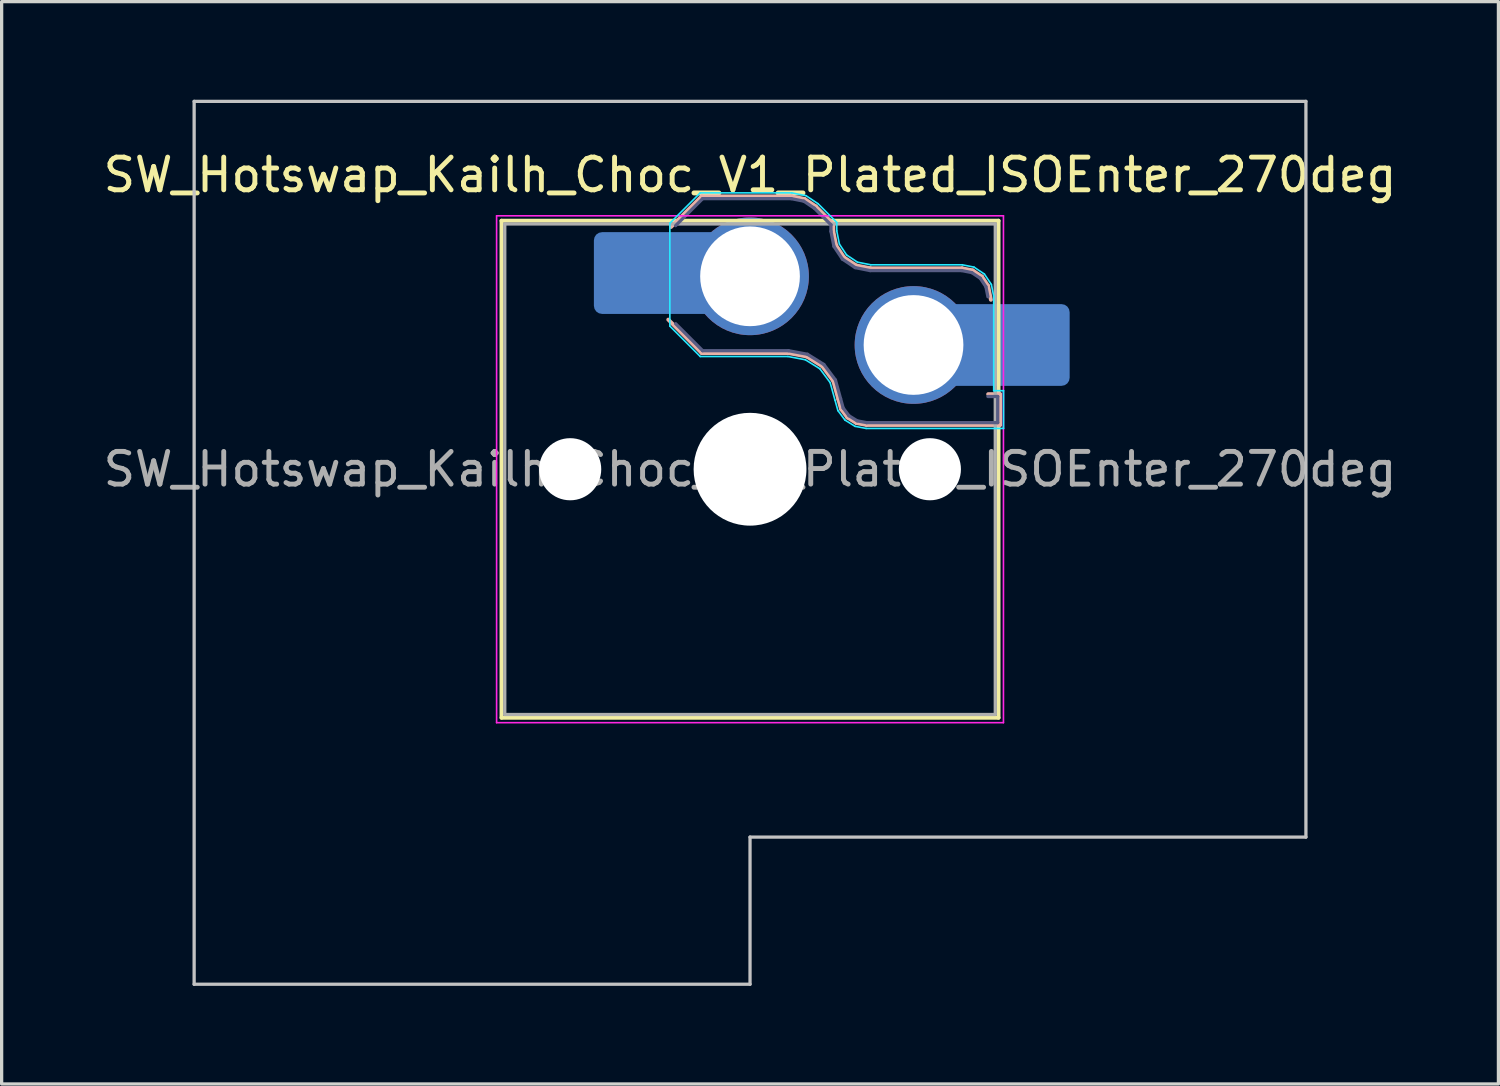
<source format=kicad_pcb>
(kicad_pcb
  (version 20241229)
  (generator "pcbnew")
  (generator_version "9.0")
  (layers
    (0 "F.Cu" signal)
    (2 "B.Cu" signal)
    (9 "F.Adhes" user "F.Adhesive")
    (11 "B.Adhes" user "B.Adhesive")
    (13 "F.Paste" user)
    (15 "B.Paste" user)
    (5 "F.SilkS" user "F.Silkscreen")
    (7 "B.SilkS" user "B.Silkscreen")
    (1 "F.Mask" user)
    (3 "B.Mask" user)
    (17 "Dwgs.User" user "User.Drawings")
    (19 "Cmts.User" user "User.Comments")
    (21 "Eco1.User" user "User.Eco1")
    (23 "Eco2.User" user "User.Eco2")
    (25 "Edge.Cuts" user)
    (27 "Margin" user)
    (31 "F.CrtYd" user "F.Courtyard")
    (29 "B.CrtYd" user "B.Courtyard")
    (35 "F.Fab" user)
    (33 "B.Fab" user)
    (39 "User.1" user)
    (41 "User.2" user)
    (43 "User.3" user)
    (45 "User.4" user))
  (footprint "SW_Hotswap_Kailh_Choc_V1_Plated_ISOEnter_270deg"
    (layer "F.Cu")
    (at 19.887 11.3)
    (property "Reference" "SW_Hotswap_Kailh_Choc_V1_Plated_ISOEnter_270deg" (at 0 -9 0) (layer "F.SilkS") (effects (font (size 1 1) (thickness 0.15))))
    (attr smd)
    (fp_line (start -7.6 -7.6) (end -7.6 7.6) (stroke (width 0.12) (type solid)) (layer "F.SilkS"))
    (fp_line (start -7.6 7.6) (end 7.6 7.6) (stroke (width 0.12) (type solid)) (layer "F.SilkS"))
    (fp_line (start 7.6 -7.6) (end -7.6 -7.6) (stroke (width 0.12) (type solid)) (layer "F.SilkS"))
    (fp_line (start 7.6 7.6) (end 7.6 -7.6) (stroke (width 0.12) (type solid)) (layer "F.SilkS"))
    (fp_line (start -2.416 -7.409) (end -1.479 -8.346) (stroke (width 0.12) (type solid)) (layer "B.SilkS"))
    (fp_line (start -1.479 -8.346) (end 1.268 -8.346) (stroke (width 0.12) (type solid)) (layer "B.SilkS"))
    (fp_line (start -1.479 -3.554) (end -2.5 -4.575) (stroke (width 0.12) (type solid)) (layer "B.SilkS"))
    (fp_line (start 1.168 -3.554) (end -1.479 -3.554) (stroke (width 0.12) (type solid)) (layer "B.SilkS"))
    (fp_line (start 1.268 -8.346) (end 1.671 -8.266) (stroke (width 0.12) (type solid)) (layer "B.SilkS"))
    (fp_line (start 1.671 -8.266) (end 2.013 -8.037) (stroke (width 0.12) (type solid)) (layer "B.SilkS"))
    (fp_line (start 1.73 -3.449) (end 1.168 -3.554) (stroke (width 0.12) (type solid)) (layer "B.SilkS"))
    (fp_line (start 2.013 -8.037) (end 2.546 -7.504) (stroke (width 0.12) (type solid)) (layer "B.SilkS"))
    (fp_line (start 2.209 -3.15) (end 1.73 -3.449) (stroke (width 0.12) (type solid)) (layer "B.SilkS"))
    (fp_line (start 2.546 -7.504) (end 2.546 -7.282) (stroke (width 0.12) (type solid)) (layer "B.SilkS"))
    (fp_line (start 2.546 -7.282) (end 2.633 -6.844) (stroke (width 0.12) (type solid)) (layer "B.SilkS"))
    (fp_line (start 2.547 -2.697) (end 2.209 -3.15) (stroke (width 0.12) (type solid)) (layer "B.SilkS"))
    (fp_line (start 2.633 -6.844) (end 2.877 -6.477) (stroke (width 0.12) (type solid)) (layer "B.SilkS"))
    (fp_line (start 2.701 -2.139) (end 2.547 -2.697) (stroke (width 0.12) (type solid)) (layer "B.SilkS"))
    (fp_line (start 2.783 -1.841) (end 2.701 -2.139) (stroke (width 0.12) (type solid)) (layer "B.SilkS"))
    (fp_line (start 2.877 -6.477) (end 3.244 -6.233) (stroke (width 0.12) (type solid)) (layer "B.SilkS"))
    (fp_line (start 2.976 -1.583) (end 2.783 -1.841) (stroke (width 0.12) (type solid)) (layer "B.SilkS"))
    (fp_line (start 3.244 -6.233) (end 3.682 -6.146) (stroke (width 0.12) (type solid)) (layer "B.SilkS"))
    (fp_line (start 3.25 -1.413) (end 2.976 -1.583) (stroke (width 0.12) (type solid)) (layer "B.SilkS"))
    (fp_line (start 3.56 -1.354) (end 3.25 -1.413) (stroke (width 0.12) (type solid)) (layer "B.SilkS"))
    (fp_line (start 3.682 -6.146) (end 6.482 -6.146) (stroke (width 0.12) (type solid)) (layer "B.SilkS"))
    (fp_line (start 6.482 -6.146) (end 6.809 -6.081) (stroke (width 0.12) (type solid)) (layer "B.SilkS"))
    (fp_line (start 6.809 -6.081) (end 7.092 -5.892) (stroke (width 0.12) (type solid)) (layer "B.SilkS"))
    (fp_line (start 7.092 -5.892) (end 7.281 -5.609) (stroke (width 0.12) (type solid)) (layer "B.SilkS"))
    (fp_line (start 7.281 -5.609) (end 7.366 -5.182) (stroke (width 0.12) (type solid)) (layer "B.SilkS"))
    (fp_line (start 7.283 -2.296) (end 7.646 -2.296) (stroke (width 0.12) (type solid)) (layer "B.SilkS"))
    (fp_line (start 7.646 -2.296) (end 7.646 -1.354) (stroke (width 0.12) (type solid)) (layer "B.SilkS"))
    (fp_line (start 7.646 -1.354) (end 3.56 -1.354) (stroke (width 0.12) (type solid)) (layer "B.SilkS"))
    (fp_line (start -17 -11.25) (end -17 15.75) (stroke (width 0.1) (type solid)) (layer "Dwgs.User"))
    (fp_line (start -17 15.75) (end 0 15.75) (stroke (width 0.1) (type solid)) (layer "Dwgs.User"))
    (fp_line (start 0 11.25) (end 17 11.25) (stroke (width 0.1) (type solid)) (layer "Dwgs.User"))
    (fp_line (start 0 15.75) (end 0 11.25) (stroke (width 0.1) (type solid)) (layer "Dwgs.User"))
    (fp_line (start 17 -11.25) (end -17 -11.25) (stroke (width 0.1) (type solid)) (layer "Dwgs.User"))
    (fp_line (start 17 11.25) (end 17 -11.25) (stroke (width 0.1) (type solid)) (layer "Dwgs.User"))
    (fp_line (start -7.25 -7.25) (end -7.25 7.25) (stroke (width 0.1) (type solid)) (layer "Eco1.User"))
    (fp_line (start -7.25 7.25) (end 7.25 7.25) (stroke (width 0.1) (type solid)) (layer "Eco1.User"))
    (fp_line (start 7.25 -7.25) (end -7.25 -7.25) (stroke (width 0.1) (type solid)) (layer "Eco1.User"))
    (fp_line (start 7.25 7.25) (end 7.25 -7.25) (stroke (width 0.1) (type solid)) (layer "Eco1.User"))
    (fp_line (start -2.452 -7.523) (end -1.523 -8.452) (stroke (width 0.05) (type solid)) (layer "B.CrtYd"))
    (fp_line (start -2.452 -4.377) (end -2.452 -7.523) (stroke (width 0.05) (type solid)) (layer "B.CrtYd"))
    (fp_line (start -1.523 -8.452) (end 1.278 -8.452) (stroke (width 0.05) (type solid)) (layer "B.CrtYd"))
    (fp_line (start -1.523 -3.448) (end -2.452 -4.377) (stroke (width 0.05) (type solid)) (layer "B.CrtYd"))
    (fp_line (start 1.159 -3.448) (end -1.523 -3.448) (stroke (width 0.05) (type solid)) (layer "B.CrtYd"))
    (fp_line (start 1.278 -8.452) (end 1.712 -8.366) (stroke (width 0.05) (type solid)) (layer "B.CrtYd"))
    (fp_line (start 1.691 -3.348) (end 1.159 -3.448) (stroke (width 0.05) (type solid)) (layer "B.CrtYd"))
    (fp_line (start 1.712 -8.366) (end 2.081 -8.119) (stroke (width 0.05) (type solid)) (layer "B.CrtYd"))
    (fp_line (start 2.081 -8.119) (end 2.652 -7.548) (stroke (width 0.05) (type solid)) (layer "B.CrtYd"))
    (fp_line (start 2.136 -3.071) (end 1.691 -3.348) (stroke (width 0.05) (type solid)) (layer "B.CrtYd"))
    (fp_line (start 2.45 -2.65) (end 2.136 -3.071) (stroke (width 0.05) (type solid)) (layer "B.CrtYd"))
    (fp_line (start 2.599 -2.111) (end 2.45 -2.65) (stroke (width 0.05) (type solid)) (layer "B.CrtYd"))
    (fp_line (start 2.652 -7.548) (end 2.652 -7.292) (stroke (width 0.05) (type solid)) (layer "B.CrtYd"))
    (fp_line (start 2.652 -7.292) (end 2.733 -6.885) (stroke (width 0.05) (type solid)) (layer "B.CrtYd"))
    (fp_line (start 2.687 -1.794) (end 2.599 -2.111) (stroke (width 0.05) (type solid)) (layer "B.CrtYd"))
    (fp_line (start 2.733 -6.885) (end 2.953 -6.553) (stroke (width 0.05) (type solid)) (layer "B.CrtYd"))
    (fp_line (start 2.903 -1.503) (end 2.687 -1.794) (stroke (width 0.05) (type solid)) (layer "B.CrtYd"))
    (fp_line (start 2.953 -6.553) (end 3.285 -6.333) (stroke (width 0.05) (type solid)) (layer "B.CrtYd"))
    (fp_line (start 3.211 -1.312) (end 2.903 -1.503) (stroke (width 0.05) (type solid)) (layer "B.CrtYd"))
    (fp_line (start 3.285 -6.333) (end 3.692 -6.252) (stroke (width 0.05) (type solid)) (layer "B.CrtYd"))
    (fp_line (start 3.55 -1.248) (end 3.211 -1.312) (stroke (width 0.05) (type solid)) (layer "B.CrtYd"))
    (fp_line (start 3.692 -6.252) (end 6.492 -6.252) (stroke (width 0.05) (type solid)) (layer "B.CrtYd"))
    (fp_line (start 6.492 -6.252) (end 6.85 -6.181) (stroke (width 0.05) (type solid)) (layer "B.CrtYd"))
    (fp_line (start 6.85 -6.181) (end 7.168 -5.968) (stroke (width 0.05) (type solid)) (layer "B.CrtYd"))
    (fp_line (start 7.168 -5.968) (end 7.381 -5.65) (stroke (width 0.05) (type solid)) (layer "B.CrtYd"))
    (fp_line (start 7.381 -5.65) (end 7.452 -5.292) (stroke (width 0.05) (type solid)) (layer "B.CrtYd"))
    (fp_line (start 7.452 -5.292) (end 7.452 -2.402) (stroke (width 0.05) (type solid)) (layer "B.CrtYd"))
    (fp_line (start 7.452 -2.402) (end 7.752 -2.402) (stroke (width 0.05) (type solid)) (layer "B.CrtYd"))
    (fp_line (start 7.752 -2.402) (end 7.752 -1.248) (stroke (width 0.05) (type solid)) (layer "B.CrtYd"))
    (fp_line (start 7.752 -1.248) (end 3.55 -1.248) (stroke (width 0.05) (type solid)) (layer "B.CrtYd"))
    (fp_line (start -7.75 -7.75) (end -7.75 7.75) (stroke (width 0.05) (type solid)) (layer "F.CrtYd"))
    (fp_line (start -7.75 7.75) (end 7.75 7.75) (stroke (width 0.05) (type solid)) (layer "F.CrtYd"))
    (fp_line (start 7.75 -7.75) (end -7.75 -7.75) (stroke (width 0.05) (type solid)) (layer "F.CrtYd"))
    (fp_line (start 7.75 7.75) (end 7.75 -7.75) (stroke (width 0.05) (type solid)) (layer "F.CrtYd"))
    (fp_line (start -2.275 -7.45) (end -1.45 -8.275) (stroke (width 0.1) (type solid)) (layer "B.Fab"))
    (fp_line (start -1.45 -8.275) (end 1.261 -8.275) (stroke (width 0.1) (type solid)) (layer "B.Fab"))
    (fp_line (start -1.45 -3.625) (end -2.275 -4.45) (stroke (width 0.1) (type solid)) (layer "B.Fab"))
    (fp_line (start 1.175 -3.625) (end -1.45 -3.625) (stroke (width 0.1) (type solid)) (layer "B.Fab"))
    (fp_line (start 1.261 -8.275) (end 1.643 -8.199) (stroke (width 0.1) (type solid)) (layer "B.Fab"))
    (fp_line (start 1.643 -8.199) (end 1.968 -7.982) (stroke (width 0.1) (type solid)) (layer "B.Fab"))
    (fp_line (start 1.756 -3.516) (end 1.175 -3.625) (stroke (width 0.1) (type solid)) (layer "B.Fab"))
    (fp_line (start 1.968 -7.982) (end 2.475 -7.475) (stroke (width 0.1) (type solid)) (layer "B.Fab"))
    (fp_line (start 2.258 -3.203) (end 1.756 -3.516) (stroke (width 0.1) (type solid)) (layer "B.Fab"))
    (fp_line (start 2.475 -7.475) (end 2.475 -7.275) (stroke (width 0.1) (type solid)) (layer "B.Fab"))
    (fp_line (start 2.475 -7.275) (end 2.566 -6.816) (stroke (width 0.1) (type solid)) (layer "B.Fab"))
    (fp_line (start 2.566 -6.816) (end 2.826 -6.426) (stroke (width 0.1) (type solid)) (layer "B.Fab"))
    (fp_line (start 2.612 -2.729) (end 2.258 -3.203) (stroke (width 0.1) (type solid)) (layer "B.Fab"))
    (fp_line (start 2.769 -2.158) (end 2.612 -2.729) (stroke (width 0.1) (type solid)) (layer "B.Fab"))
    (fp_line (start 2.826 -6.426) (end 3.216 -6.166) (stroke (width 0.1) (type solid)) (layer "B.Fab"))
    (fp_line (start 2.848 -1.873) (end 2.769 -2.158) (stroke (width 0.1) (type solid)) (layer "B.Fab"))
    (fp_line (start 3.025 -1.636) (end 2.848 -1.873) (stroke (width 0.1) (type solid)) (layer "B.Fab"))
    (fp_line (start 3.216 -6.166) (end 3.675 -6.075) (stroke (width 0.1) (type solid)) (layer "B.Fab"))
    (fp_line (start 3.276 -1.48) (end 3.025 -1.636) (stroke (width 0.1) (type solid)) (layer "B.Fab"))
    (fp_line (start 3.567 -1.425) (end 3.276 -1.48) (stroke (width 0.1) (type solid)) (layer "B.Fab"))
    (fp_line (start 3.675 -6.075) (end 6.475 -6.075) (stroke (width 0.1) (type solid)) (layer "B.Fab"))
    (fp_line (start 6.475 -6.075) (end 6.781 -6.014) (stroke (width 0.1) (type solid)) (layer "B.Fab"))
    (fp_line (start 6.781 -6.014) (end 7.041 -5.841) (stroke (width 0.1) (type solid)) (layer "B.Fab"))
    (fp_line (start 7.041 -5.841) (end 7.214 -5.581) (stroke (width 0.1) (type solid)) (layer "B.Fab"))
    (fp_line (start 7.214 -5.581) (end 7.275 -5.275) (stroke (width 0.1) (type solid)) (layer "B.Fab"))
    (fp_line (start 7.275 -2.225) (end 7.575 -2.225) (stroke (width 0.1) (type solid)) (layer "B.Fab"))
    (fp_line (start 7.575 -2.225) (end 7.575 -1.425) (stroke (width 0.1) (type solid)) (layer "B.Fab"))
    (fp_line (start 7.575 -1.425) (end 3.567 -1.425) (stroke (width 0.1) (type solid)) (layer "B.Fab"))
    (fp_line (start -7.5 -7.5) (end -7.5 7.5) (stroke (width 0.1) (type solid)) (layer "F.Fab"))
    (fp_line (start -7.5 7.5) (end 7.5 7.5) (stroke (width 0.1) (type solid)) (layer "F.Fab"))
    (fp_line (start 7.5 -7.5) (end -7.5 -7.5) (stroke (width 0.1) (type solid)) (layer "F.Fab"))
    (fp_line (start 7.5 7.5) (end 7.5 -7.5) (stroke (width 0.1) (type solid)) (layer "F.Fab"))
    (fp_text user "${REFERENCE}" (at 0 0 0) (layer "F.Fab") (effects (font (size 1 1) (thickness 0.15))))
    (pad "" np_thru_hole circle (at -5.5 0) (size 1.9 1.9) (drill 1.9) (layers "*.Cu" "*.Mask"))
    (pad "" smd roundrect (at -3.5 -6) (size 2.55 2.5) (layers "B.Mask" "B.Paste") (roundrect_rratio 0.1))
    (pad "" smd circle (at 0 -5.9) (size 3.1 3.1) (layers "F.Mask"))
    (pad "" np_thru_hole circle (at 0 0) (size 3.45 3.45) (drill 3.45) (layers "*.Cu" "*.Mask"))
    (pad "" smd circle (at 5 -3.8) (size 3.1 3.1) (layers "F.Mask"))
    (pad "" np_thru_hole circle (at 5.5 0) (size 1.9 1.9) (drill 1.9) (layers "*.Cu" "*.Mask"))
    (pad "" smd roundrect (at 8.5 -3.8) (size 2.55 2.5) (layers "B.Mask" "B.Paste") (roundrect_rratio 0.1))
    (pad "1" smd roundrect (at -2.85 -6) (size 3.85 2.5) (layers "B.Cu") (roundrect_rratio 0.1))
    (pad "1" thru_hole circle (at 0 -5.9) (size 3.6 3.6) (drill 3.05) (layers "*.Cu" "B.Mask"))
    (pad "2" thru_hole circle (at 5 -3.8) (size 3.6 3.6) (drill 3.05) (layers "*.Cu" "B.Mask"))
    (pad "2" smd roundrect (at 7.85 -3.8) (size 3.85 2.5) (layers "B.Cu") (roundrect_rratio 0.1)))
  (gr_rect
    (start -3 -3)
    (end 42.774 30.1)
    (stroke (width 0.1) (type default))
    (fill no)
    (layer "Edge.Cuts")))
</source>
